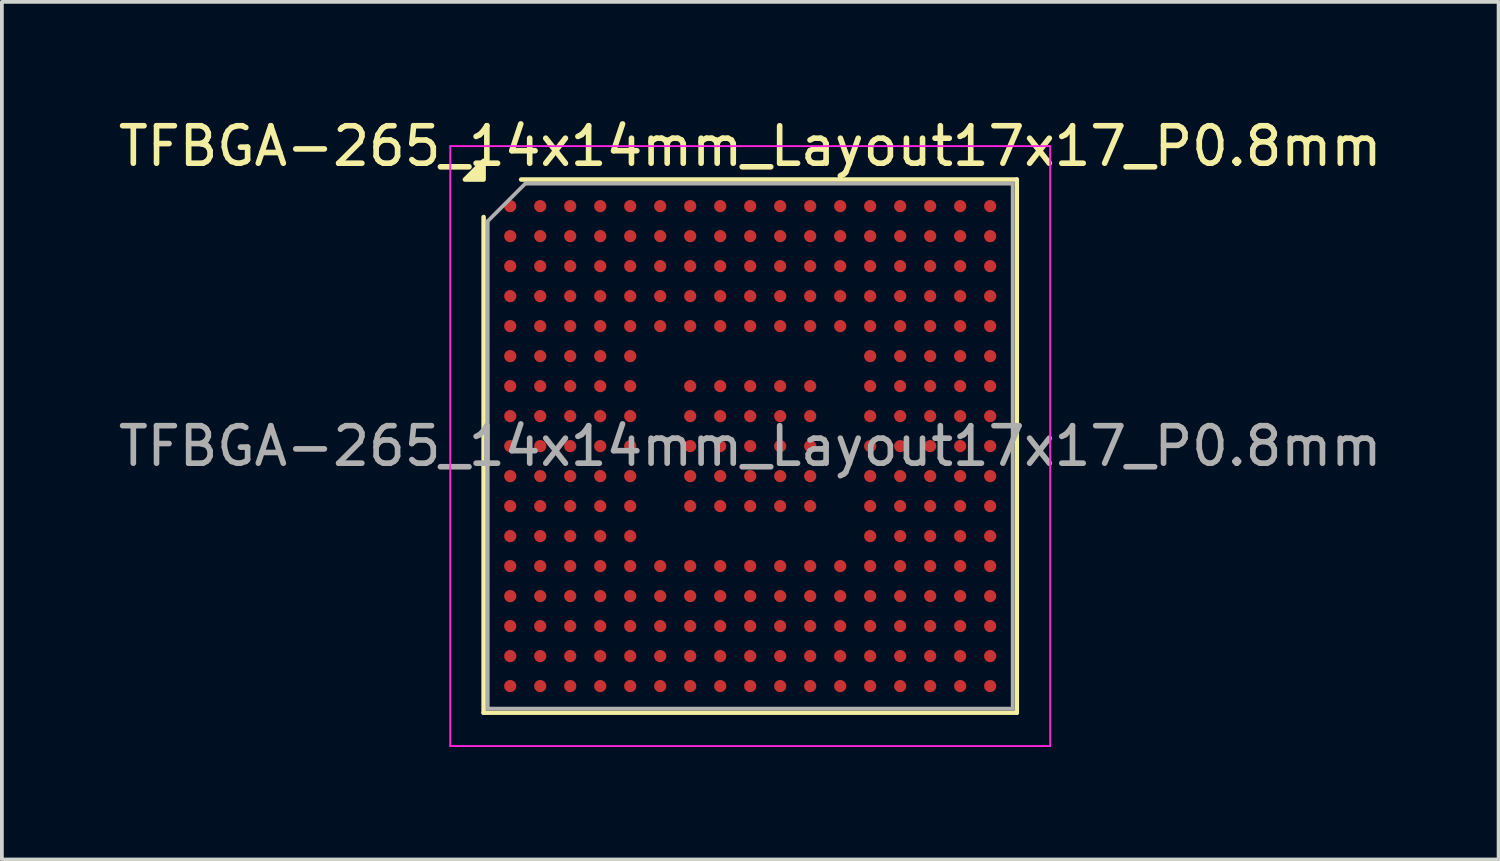
<source format=kicad_pcb>
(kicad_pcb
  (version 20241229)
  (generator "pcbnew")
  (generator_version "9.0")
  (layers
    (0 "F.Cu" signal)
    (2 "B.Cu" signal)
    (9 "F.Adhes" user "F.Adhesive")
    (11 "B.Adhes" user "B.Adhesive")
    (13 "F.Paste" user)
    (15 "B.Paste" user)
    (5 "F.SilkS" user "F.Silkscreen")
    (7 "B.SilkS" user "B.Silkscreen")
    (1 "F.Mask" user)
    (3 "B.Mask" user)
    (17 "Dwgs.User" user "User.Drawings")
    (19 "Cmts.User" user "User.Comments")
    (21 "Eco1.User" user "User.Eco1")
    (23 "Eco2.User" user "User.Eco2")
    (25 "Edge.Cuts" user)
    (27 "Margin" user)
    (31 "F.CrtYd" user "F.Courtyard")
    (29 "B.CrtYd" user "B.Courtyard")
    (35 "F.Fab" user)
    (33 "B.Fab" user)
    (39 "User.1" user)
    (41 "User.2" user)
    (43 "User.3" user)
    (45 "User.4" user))
  (footprint "TFBGA-265_14x14mm_Layout17x17_P0.8mm"
    (layer "F.Cu")
    (at 16.958 8.848)
    (property "Reference" "TFBGA-265_14x14mm_Layout17x17_P0.8mm" (at 0 -8 0) (layer "F.SilkS") (effects (font (size 1 1) (thickness 0.15))))
    (attr smd)
    (fp_line (start -7.11 7.11) (end -7.11 -6.11) (stroke (width 0.12) (type solid)) (layer "F.SilkS"))
    (fp_line (start -6.11 -7.11) (end 7.11 -7.11) (stroke (width 0.12) (type solid)) (layer "F.SilkS"))
    (fp_line (start 7.11 -7.11) (end 7.11 7.11) (stroke (width 0.12) (type solid)) (layer "F.SilkS"))
    (fp_line (start 7.11 7.11) (end -7.11 7.11) (stroke (width 0.12) (type solid)) (layer "F.SilkS"))
    (fp_poly (pts (xy -7.11 -7.11) (xy -7.61 -7.11) (xy -7.11 -7.61) (xy -7.11 -7.11)) (stroke (width 0.12) (type solid)) (fill yes) (layer "F.SilkS"))
    (fp_line (start -8 -8) (end -8 8) (stroke (width 0.05) (type solid)) (layer "F.CrtYd"))
    (fp_line (start -8 8) (end 8 8) (stroke (width 0.05) (type solid)) (layer "F.CrtYd"))
    (fp_line (start 8 -8) (end -8 -8) (stroke (width 0.05) (type solid)) (layer "F.CrtYd"))
    (fp_line (start 8 8) (end 8 -8) (stroke (width 0.05) (type solid)) (layer "F.CrtYd"))
    (fp_line (start -7 -6) (end -6 -7) (stroke (width 0.1) (type solid)) (layer "F.Fab"))
    (fp_line (start -7 7) (end -7 -6) (stroke (width 0.1) (type solid)) (layer "F.Fab"))
    (fp_line (start -6 -7) (end 7 -7) (stroke (width 0.1) (type solid)) (layer "F.Fab"))
    (fp_line (start 7 -7) (end 7 7) (stroke (width 0.1) (type solid)) (layer "F.Fab"))
    (fp_line (start 7 7) (end -7 7) (stroke (width 0.1) (type solid)) (layer "F.Fab"))
    (fp_text user "${REFERENCE}" (at 0 0 0) (layer "F.Fab") (effects (font (size 1 1) (thickness 0.15))))
    (pad "A1" smd circle (at -6.4 -6.4) (size 0.325 0.325) (property pad_prop_bga) (layers "F.Cu" "F.Mask" "F.Paste"))
    (pad "A2" smd circle (at -5.6 -6.4) (size 0.325 0.325) (property pad_prop_bga) (layers "F.Cu" "F.Mask" "F.Paste"))
    (pad "A3" smd circle (at -4.8 -6.4) (size 0.325 0.325) (property pad_prop_bga) (layers "F.Cu" "F.Mask" "F.Paste"))
    (pad "A4" smd circle (at -4 -6.4) (size 0.325 0.325) (property pad_prop_bga) (layers "F.Cu" "F.Mask" "F.Paste"))
    (pad "A5" smd circle (at -3.2 -6.4) (size 0.325 0.325) (property pad_prop_bga) (layers "F.Cu" "F.Mask" "F.Paste"))
    (pad "A6" smd circle (at -2.4 -6.4) (size 0.325 0.325) (property pad_prop_bga) (layers "F.Cu" "F.Mask" "F.Paste"))
    (pad "A7" smd circle (at -1.6 -6.4) (size 0.325 0.325) (property pad_prop_bga) (layers "F.Cu" "F.Mask" "F.Paste"))
    (pad "A8" smd circle (at -0.8 -6.4) (size 0.325 0.325) (property pad_prop_bga) (layers "F.Cu" "F.Mask" "F.Paste"))
    (pad "A9" smd circle (at 0 -6.4) (size 0.325 0.325) (property pad_prop_bga) (layers "F.Cu" "F.Mask" "F.Paste"))
    (pad "A10" smd circle (at 0.8 -6.4) (size 0.325 0.325) (property pad_prop_bga) (layers "F.Cu" "F.Mask" "F.Paste"))
    (pad "A11" smd circle (at 1.6 -6.4) (size 0.325 0.325) (property pad_prop_bga) (layers "F.Cu" "F.Mask" "F.Paste"))
    (pad "A12" smd circle (at 2.4 -6.4) (size 0.325 0.325) (property pad_prop_bga) (layers "F.Cu" "F.Mask" "F.Paste"))
    (pad "A13" smd circle (at 3.2 -6.4) (size 0.325 0.325) (property pad_prop_bga) (layers "F.Cu" "F.Mask" "F.Paste"))
    (pad "A14" smd circle (at 4 -6.4) (size 0.325 0.325) (property pad_prop_bga) (layers "F.Cu" "F.Mask" "F.Paste"))
    (pad "A15" smd circle (at 4.8 -6.4) (size 0.325 0.325) (property pad_prop_bga) (layers "F.Cu" "F.Mask" "F.Paste"))
    (pad "A16" smd circle (at 5.6 -6.4) (size 0.325 0.325) (property pad_prop_bga) (layers "F.Cu" "F.Mask" "F.Paste"))
    (pad "A17" smd circle (at 6.4 -6.4) (size 0.325 0.325) (property pad_prop_bga) (layers "F.Cu" "F.Mask" "F.Paste"))
    (pad "B1" smd circle (at -6.4 -5.6) (size 0.325 0.325) (property pad_prop_bga) (layers "F.Cu" "F.Mask" "F.Paste"))
    (pad "B2" smd circle (at -5.6 -5.6) (size 0.325 0.325) (property pad_prop_bga) (layers "F.Cu" "F.Mask" "F.Paste"))
    (pad "B3" smd circle (at -4.8 -5.6) (size 0.325 0.325) (property pad_prop_bga) (layers "F.Cu" "F.Mask" "F.Paste"))
    (pad "B4" smd circle (at -4 -5.6) (size 0.325 0.325) (property pad_prop_bga) (layers "F.Cu" "F.Mask" "F.Paste"))
    (pad "B5" smd circle (at -3.2 -5.6) (size 0.325 0.325) (property pad_prop_bga) (layers "F.Cu" "F.Mask" "F.Paste"))
    (pad "B6" smd circle (at -2.4 -5.6) (size 0.325 0.325) (property pad_prop_bga) (layers "F.Cu" "F.Mask" "F.Paste"))
    (pad "B7" smd circle (at -1.6 -5.6) (size 0.325 0.325) (property pad_prop_bga) (layers "F.Cu" "F.Mask" "F.Paste"))
    (pad "B8" smd circle (at -0.8 -5.6) (size 0.325 0.325) (property pad_prop_bga) (layers "F.Cu" "F.Mask" "F.Paste"))
    (pad "B9" smd circle (at 0 -5.6) (size 0.325 0.325) (property pad_prop_bga) (layers "F.Cu" "F.Mask" "F.Paste"))
    (pad "B10" smd circle (at 0.8 -5.6) (size 0.325 0.325) (property pad_prop_bga) (layers "F.Cu" "F.Mask" "F.Paste"))
    (pad "B11" smd circle (at 1.6 -5.6) (size 0.325 0.325) (property pad_prop_bga) (layers "F.Cu" "F.Mask" "F.Paste"))
    (pad "B12" smd circle (at 2.4 -5.6) (size 0.325 0.325) (property pad_prop_bga) (layers "F.Cu" "F.Mask" "F.Paste"))
    (pad "B13" smd circle (at 3.2 -5.6) (size 0.325 0.325) (property pad_prop_bga) (layers "F.Cu" "F.Mask" "F.Paste"))
    (pad "B14" smd circle (at 4 -5.6) (size 0.325 0.325) (property pad_prop_bga) (layers "F.Cu" "F.Mask" "F.Paste"))
    (pad "B15" smd circle (at 4.8 -5.6) (size 0.325 0.325) (property pad_prop_bga) (layers "F.Cu" "F.Mask" "F.Paste"))
    (pad "B16" smd circle (at 5.6 -5.6) (size 0.325 0.325) (property pad_prop_bga) (layers "F.Cu" "F.Mask" "F.Paste"))
    (pad "B17" smd circle (at 6.4 -5.6) (size 0.325 0.325) (property pad_prop_bga) (layers "F.Cu" "F.Mask" "F.Paste"))
    (pad "C1" smd circle (at -6.4 -4.8) (size 0.325 0.325) (property pad_prop_bga) (layers "F.Cu" "F.Mask" "F.Paste"))
    (pad "C2" smd circle (at -5.6 -4.8) (size 0.325 0.325) (property pad_prop_bga) (layers "F.Cu" "F.Mask" "F.Paste"))
    (pad "C3" smd circle (at -4.8 -4.8) (size 0.325 0.325) (property pad_prop_bga) (layers "F.Cu" "F.Mask" "F.Paste"))
    (pad "C4" smd circle (at -4 -4.8) (size 0.325 0.325) (property pad_prop_bga) (layers "F.Cu" "F.Mask" "F.Paste"))
    (pad "C5" smd circle (at -3.2 -4.8) (size 0.325 0.325) (property pad_prop_bga) (layers "F.Cu" "F.Mask" "F.Paste"))
    (pad "C6" smd circle (at -2.4 -4.8) (size 0.325 0.325) (property pad_prop_bga) (layers "F.Cu" "F.Mask" "F.Paste"))
    (pad "C7" smd circle (at -1.6 -4.8) (size 0.325 0.325) (property pad_prop_bga) (layers "F.Cu" "F.Mask" "F.Paste"))
    (pad "C8" smd circle (at -0.8 -4.8) (size 0.325 0.325) (property pad_prop_bga) (layers "F.Cu" "F.Mask" "F.Paste"))
    (pad "C9" smd circle (at 0 -4.8) (size 0.325 0.325) (property pad_prop_bga) (layers "F.Cu" "F.Mask" "F.Paste"))
    (pad "C10" smd circle (at 0.8 -4.8) (size 0.325 0.325) (property pad_prop_bga) (layers "F.Cu" "F.Mask" "F.Paste"))
    (pad "C11" smd circle (at 1.6 -4.8) (size 0.325 0.325) (property pad_prop_bga) (layers "F.Cu" "F.Mask" "F.Paste"))
    (pad "C12" smd circle (at 2.4 -4.8) (size 0.325 0.325) (property pad_prop_bga) (layers "F.Cu" "F.Mask" "F.Paste"))
    (pad "C13" smd circle (at 3.2 -4.8) (size 0.325 0.325) (property pad_prop_bga) (layers "F.Cu" "F.Mask" "F.Paste"))
    (pad "C14" smd circle (at 4 -4.8) (size 0.325 0.325) (property pad_prop_bga) (layers "F.Cu" "F.Mask" "F.Paste"))
    (pad "C15" smd circle (at 4.8 -4.8) (size 0.325 0.325) (property pad_prop_bga) (layers "F.Cu" "F.Mask" "F.Paste"))
    (pad "C16" smd circle (at 5.6 -4.8) (size 0.325 0.325) (property pad_prop_bga) (layers "F.Cu" "F.Mask" "F.Paste"))
    (pad "C17" smd circle (at 6.4 -4.8) (size 0.325 0.325) (property pad_prop_bga) (layers "F.Cu" "F.Mask" "F.Paste"))
    (pad "D1" smd circle (at -6.4 -4) (size 0.325 0.325) (property pad_prop_bga) (layers "F.Cu" "F.Mask" "F.Paste"))
    (pad "D2" smd circle (at -5.6 -4) (size 0.325 0.325) (property pad_prop_bga) (layers "F.Cu" "F.Mask" "F.Paste"))
    (pad "D3" smd circle (at -4.8 -4) (size 0.325 0.325) (property pad_prop_bga) (layers "F.Cu" "F.Mask" "F.Paste"))
    (pad "D4" smd circle (at -4 -4) (size 0.325 0.325) (property pad_prop_bga) (layers "F.Cu" "F.Mask" "F.Paste"))
    (pad "D5" smd circle (at -3.2 -4) (size 0.325 0.325) (property pad_prop_bga) (layers "F.Cu" "F.Mask" "F.Paste"))
    (pad "D6" smd circle (at -2.4 -4) (size 0.325 0.325) (property pad_prop_bga) (layers "F.Cu" "F.Mask" "F.Paste"))
    (pad "D7" smd circle (at -1.6 -4) (size 0.325 0.325) (property pad_prop_bga) (layers "F.Cu" "F.Mask" "F.Paste"))
    (pad "D8" smd circle (at -0.8 -4) (size 0.325 0.325) (property pad_prop_bga) (layers "F.Cu" "F.Mask" "F.Paste"))
    (pad "D9" smd circle (at 0 -4) (size 0.325 0.325) (property pad_prop_bga) (layers "F.Cu" "F.Mask" "F.Paste"))
    (pad "D10" smd circle (at 0.8 -4) (size 0.325 0.325) (property pad_prop_bga) (layers "F.Cu" "F.Mask" "F.Paste"))
    (pad "D11" smd circle (at 1.6 -4) (size 0.325 0.325) (property pad_prop_bga) (layers "F.Cu" "F.Mask" "F.Paste"))
    (pad "D12" smd circle (at 2.4 -4) (size 0.325 0.325) (property pad_prop_bga) (layers "F.Cu" "F.Mask" "F.Paste"))
    (pad "D13" smd circle (at 3.2 -4) (size 0.325 0.325) (property pad_prop_bga) (layers "F.Cu" "F.Mask" "F.Paste"))
    (pad "D14" smd circle (at 4 -4) (size 0.325 0.325) (property pad_prop_bga) (layers "F.Cu" "F.Mask" "F.Paste"))
    (pad "D15" smd circle (at 4.8 -4) (size 0.325 0.325) (property pad_prop_bga) (layers "F.Cu" "F.Mask" "F.Paste"))
    (pad "D16" smd circle (at 5.6 -4) (size 0.325 0.325) (property pad_prop_bga) (layers "F.Cu" "F.Mask" "F.Paste"))
    (pad "D17" smd circle (at 6.4 -4) (size 0.325 0.325) (property pad_prop_bga) (layers "F.Cu" "F.Mask" "F.Paste"))
    (pad "E1" smd circle (at -6.4 -3.2) (size 0.325 0.325) (property pad_prop_bga) (layers "F.Cu" "F.Mask" "F.Paste"))
    (pad "E2" smd circle (at -5.6 -3.2) (size 0.325 0.325) (property pad_prop_bga) (layers "F.Cu" "F.Mask" "F.Paste"))
    (pad "E3" smd circle (at -4.8 -3.2) (size 0.325 0.325) (property pad_prop_bga) (layers "F.Cu" "F.Mask" "F.Paste"))
    (pad "E4" smd circle (at -4 -3.2) (size 0.325 0.325) (property pad_prop_bga) (layers "F.Cu" "F.Mask" "F.Paste"))
    (pad "E5" smd circle (at -3.2 -3.2) (size 0.325 0.325) (property pad_prop_bga) (layers "F.Cu" "F.Mask" "F.Paste"))
    (pad "E6" smd circle (at -2.4 -3.2) (size 0.325 0.325) (property pad_prop_bga) (layers "F.Cu" "F.Mask" "F.Paste"))
    (pad "E7" smd circle (at -1.6 -3.2) (size 0.325 0.325) (property pad_prop_bga) (layers "F.Cu" "F.Mask" "F.Paste"))
    (pad "E8" smd circle (at -0.8 -3.2) (size 0.325 0.325) (property pad_prop_bga) (layers "F.Cu" "F.Mask" "F.Paste"))
    (pad "E9" smd circle (at 0 -3.2) (size 0.325 0.325) (property pad_prop_bga) (layers "F.Cu" "F.Mask" "F.Paste"))
    (pad "E10" smd circle (at 0.8 -3.2) (size 0.325 0.325) (property pad_prop_bga) (layers "F.Cu" "F.Mask" "F.Paste"))
    (pad "E11" smd circle (at 1.6 -3.2) (size 0.325 0.325) (property pad_prop_bga) (layers "F.Cu" "F.Mask" "F.Paste"))
    (pad "E12" smd circle (at 2.4 -3.2) (size 0.325 0.325) (property pad_prop_bga) (layers "F.Cu" "F.Mask" "F.Paste"))
    (pad "E13" smd circle (at 3.2 -3.2) (size 0.325 0.325) (property pad_prop_bga) (layers "F.Cu" "F.Mask" "F.Paste"))
    (pad "E14" smd circle (at 4 -3.2) (size 0.325 0.325) (property pad_prop_bga) (layers "F.Cu" "F.Mask" "F.Paste"))
    (pad "E15" smd circle (at 4.8 -3.2) (size 0.325 0.325) (property pad_prop_bga) (layers "F.Cu" "F.Mask" "F.Paste"))
    (pad "E16" smd circle (at 5.6 -3.2) (size 0.325 0.325) (property pad_prop_bga) (layers "F.Cu" "F.Mask" "F.Paste"))
    (pad "E17" smd circle (at 6.4 -3.2) (size 0.325 0.325) (property pad_prop_bga) (layers "F.Cu" "F.Mask" "F.Paste"))
    (pad "F1" smd circle (at -6.4 -2.4) (size 0.325 0.325) (property pad_prop_bga) (layers "F.Cu" "F.Mask" "F.Paste"))
    (pad "F2" smd circle (at -5.6 -2.4) (size 0.325 0.325) (property pad_prop_bga) (layers "F.Cu" "F.Mask" "F.Paste"))
    (pad "F3" smd circle (at -4.8 -2.4) (size 0.325 0.325) (property pad_prop_bga) (layers "F.Cu" "F.Mask" "F.Paste"))
    (pad "F4" smd circle (at -4 -2.4) (size 0.325 0.325) (property pad_prop_bga) (layers "F.Cu" "F.Mask" "F.Paste"))
    (pad "F5" smd circle (at -3.2 -2.4) (size 0.325 0.325) (property pad_prop_bga) (layers "F.Cu" "F.Mask" "F.Paste"))
    (pad "F13" smd circle (at 3.2 -2.4) (size 0.325 0.325) (property pad_prop_bga) (layers "F.Cu" "F.Mask" "F.Paste"))
    (pad "F14" smd circle (at 4 -2.4) (size 0.325 0.325) (property pad_prop_bga) (layers "F.Cu" "F.Mask" "F.Paste"))
    (pad "F15" smd circle (at 4.8 -2.4) (size 0.325 0.325) (property pad_prop_bga) (layers "F.Cu" "F.Mask" "F.Paste"))
    (pad "F16" smd circle (at 5.6 -2.4) (size 0.325 0.325) (property pad_prop_bga) (layers "F.Cu" "F.Mask" "F.Paste"))
    (pad "F17" smd circle (at 6.4 -2.4) (size 0.325 0.325) (property pad_prop_bga) (layers "F.Cu" "F.Mask" "F.Paste"))
    (pad "G1" smd circle (at -6.4 -1.6) (size 0.325 0.325) (property pad_prop_bga) (layers "F.Cu" "F.Mask" "F.Paste"))
    (pad "G2" smd circle (at -5.6 -1.6) (size 0.325 0.325) (property pad_prop_bga) (layers "F.Cu" "F.Mask" "F.Paste"))
    (pad "G3" smd circle (at -4.8 -1.6) (size 0.325 0.325) (property pad_prop_bga) (layers "F.Cu" "F.Mask" "F.Paste"))
    (pad "G4" smd circle (at -4 -1.6) (size 0.325 0.325) (property pad_prop_bga) (layers "F.Cu" "F.Mask" "F.Paste"))
    (pad "G5" smd circle (at -3.2 -1.6) (size 0.325 0.325) (property pad_prop_bga) (layers "F.Cu" "F.Mask" "F.Paste"))
    (pad "G7" smd circle (at -1.6 -1.6) (size 0.325 0.325) (property pad_prop_bga) (layers "F.Cu" "F.Mask" "F.Paste"))
    (pad "G8" smd circle (at -0.8 -1.6) (size 0.325 0.325) (property pad_prop_bga) (layers "F.Cu" "F.Mask" "F.Paste"))
    (pad "G9" smd circle (at 0 -1.6) (size 0.325 0.325) (property pad_prop_bga) (layers "F.Cu" "F.Mask" "F.Paste"))
    (pad "G10" smd circle (at 0.8 -1.6) (size 0.325 0.325) (property pad_prop_bga) (layers "F.Cu" "F.Mask" "F.Paste"))
    (pad "G11" smd circle (at 1.6 -1.6) (size 0.325 0.325) (property pad_prop_bga) (layers "F.Cu" "F.Mask" "F.Paste"))
    (pad "G13" smd circle (at 3.2 -1.6) (size 0.325 0.325) (property pad_prop_bga) (layers "F.Cu" "F.Mask" "F.Paste"))
    (pad "G14" smd circle (at 4 -1.6) (size 0.325 0.325) (property pad_prop_bga) (layers "F.Cu" "F.Mask" "F.Paste"))
    (pad "G15" smd circle (at 4.8 -1.6) (size 0.325 0.325) (property pad_prop_bga) (layers "F.Cu" "F.Mask" "F.Paste"))
    (pad "G16" smd circle (at 5.6 -1.6) (size 0.325 0.325) (property pad_prop_bga) (layers "F.Cu" "F.Mask" "F.Paste"))
    (pad "G17" smd circle (at 6.4 -1.6) (size 0.325 0.325) (property pad_prop_bga) (layers "F.Cu" "F.Mask" "F.Paste"))
    (pad "H1" smd circle (at -6.4 -0.8) (size 0.325 0.325) (property pad_prop_bga) (layers "F.Cu" "F.Mask" "F.Paste"))
    (pad "H2" smd circle (at -5.6 -0.8) (size 0.325 0.325) (property pad_prop_bga) (layers "F.Cu" "F.Mask" "F.Paste"))
    (pad "H3" smd circle (at -4.8 -0.8) (size 0.325 0.325) (property pad_prop_bga) (layers "F.Cu" "F.Mask" "F.Paste"))
    (pad "H4" smd circle (at -4 -0.8) (size 0.325 0.325) (property pad_prop_bga) (layers "F.Cu" "F.Mask" "F.Paste"))
    (pad "H5" smd circle (at -3.2 -0.8) (size 0.325 0.325) (property pad_prop_bga) (layers "F.Cu" "F.Mask" "F.Paste"))
    (pad "H7" smd circle (at -1.6 -0.8) (size 0.325 0.325) (property pad_prop_bga) (layers "F.Cu" "F.Mask" "F.Paste"))
    (pad "H8" smd circle (at -0.8 -0.8) (size 0.325 0.325) (property pad_prop_bga) (layers "F.Cu" "F.Mask" "F.Paste"))
    (pad "H9" smd circle (at 0 -0.8) (size 0.325 0.325) (property pad_prop_bga) (layers "F.Cu" "F.Mask" "F.Paste"))
    (pad "H10" smd circle (at 0.8 -0.8) (size 0.325 0.325) (property pad_prop_bga) (layers "F.Cu" "F.Mask" "F.Paste"))
    (pad "H11" smd circle (at 1.6 -0.8) (size 0.325 0.325) (property pad_prop_bga) (layers "F.Cu" "F.Mask" "F.Paste"))
    (pad "H13" smd circle (at 3.2 -0.8) (size 0.325 0.325) (property pad_prop_bga) (layers "F.Cu" "F.Mask" "F.Paste"))
    (pad "H14" smd circle (at 4 -0.8) (size 0.325 0.325) (property pad_prop_bga) (layers "F.Cu" "F.Mask" "F.Paste"))
    (pad "H15" smd circle (at 4.8 -0.8) (size 0.325 0.325) (property pad_prop_bga) (layers "F.Cu" "F.Mask" "F.Paste"))
    (pad "H16" smd circle (at 5.6 -0.8) (size 0.325 0.325) (property pad_prop_bga) (layers "F.Cu" "F.Mask" "F.Paste"))
    (pad "H17" smd circle (at 6.4 -0.8) (size 0.325 0.325) (property pad_prop_bga) (layers "F.Cu" "F.Mask" "F.Paste"))
    (pad "J1" smd circle (at -6.4 0) (size 0.325 0.325) (property pad_prop_bga) (layers "F.Cu" "F.Mask" "F.Paste"))
    (pad "J2" smd circle (at -5.6 0) (size 0.325 0.325) (property pad_prop_bga) (layers "F.Cu" "F.Mask" "F.Paste"))
    (pad "J3" smd circle (at -4.8 0) (size 0.325 0.325) (property pad_prop_bga) (layers "F.Cu" "F.Mask" "F.Paste"))
    (pad "J4" smd circle (at -4 0) (size 0.325 0.325) (property pad_prop_bga) (layers "F.Cu" "F.Mask" "F.Paste"))
    (pad "J5" smd circle (at -3.2 0) (size 0.325 0.325) (property pad_prop_bga) (layers "F.Cu" "F.Mask" "F.Paste"))
    (pad "J7" smd circle (at -1.6 0) (size 0.325 0.325) (property pad_prop_bga) (layers "F.Cu" "F.Mask" "F.Paste"))
    (pad "J8" smd circle (at -0.8 0) (size 0.325 0.325) (property pad_prop_bga) (layers "F.Cu" "F.Mask" "F.Paste"))
    (pad "J9" smd circle (at 0 0) (size 0.325 0.325) (property pad_prop_bga) (layers "F.Cu" "F.Mask" "F.Paste"))
    (pad "J10" smd circle (at 0.8 0) (size 0.325 0.325) (property pad_prop_bga) (layers "F.Cu" "F.Mask" "F.Paste"))
    (pad "J11" smd circle (at 1.6 0) (size 0.325 0.325) (property pad_prop_bga) (layers "F.Cu" "F.Mask" "F.Paste"))
    (pad "J13" smd circle (at 3.2 0) (size 0.325 0.325) (property pad_prop_bga) (layers "F.Cu" "F.Mask" "F.Paste"))
    (pad "J14" smd circle (at 4 0) (size 0.325 0.325) (property pad_prop_bga) (layers "F.Cu" "F.Mask" "F.Paste"))
    (pad "J15" smd circle (at 4.8 0) (size 0.325 0.325) (property pad_prop_bga) (layers "F.Cu" "F.Mask" "F.Paste"))
    (pad "J16" smd circle (at 5.6 0) (size 0.325 0.325) (property pad_prop_bga) (layers "F.Cu" "F.Mask" "F.Paste"))
    (pad "J17" smd circle (at 6.4 0) (size 0.325 0.325) (property pad_prop_bga) (layers "F.Cu" "F.Mask" "F.Paste"))
    (pad "K1" smd circle (at -6.4 0.8) (size 0.325 0.325) (property pad_prop_bga) (layers "F.Cu" "F.Mask" "F.Paste"))
    (pad "K2" smd circle (at -5.6 0.8) (size 0.325 0.325) (property pad_prop_bga) (layers "F.Cu" "F.Mask" "F.Paste"))
    (pad "K3" smd circle (at -4.8 0.8) (size 0.325 0.325) (property pad_prop_bga) (layers "F.Cu" "F.Mask" "F.Paste"))
    (pad "K4" smd circle (at -4 0.8) (size 0.325 0.325) (property pad_prop_bga) (layers "F.Cu" "F.Mask" "F.Paste"))
    (pad "K5" smd circle (at -3.2 0.8) (size 0.325 0.325) (property pad_prop_bga) (layers "F.Cu" "F.Mask" "F.Paste"))
    (pad "K7" smd circle (at -1.6 0.8) (size 0.325 0.325) (property pad_prop_bga) (layers "F.Cu" "F.Mask" "F.Paste"))
    (pad "K8" smd circle (at -0.8 0.8) (size 0.325 0.325) (property pad_prop_bga) (layers "F.Cu" "F.Mask" "F.Paste"))
    (pad "K9" smd circle (at 0 0.8) (size 0.325 0.325) (property pad_prop_bga) (layers "F.Cu" "F.Mask" "F.Paste"))
    (pad "K10" smd circle (at 0.8 0.8) (size 0.325 0.325) (property pad_prop_bga) (layers "F.Cu" "F.Mask" "F.Paste"))
    (pad "K11" smd circle (at 1.6 0.8) (size 0.325 0.325) (property pad_prop_bga) (layers "F.Cu" "F.Mask" "F.Paste"))
    (pad "K13" smd circle (at 3.2 0.8) (size 0.325 0.325) (property pad_prop_bga) (layers "F.Cu" "F.Mask" "F.Paste"))
    (pad "K14" smd circle (at 4 0.8) (size 0.325 0.325) (property pad_prop_bga) (layers "F.Cu" "F.Mask" "F.Paste"))
    (pad "K15" smd circle (at 4.8 0.8) (size 0.325 0.325) (property pad_prop_bga) (layers "F.Cu" "F.Mask" "F.Paste"))
    (pad "K16" smd circle (at 5.6 0.8) (size 0.325 0.325) (property pad_prop_bga) (layers "F.Cu" "F.Mask" "F.Paste"))
    (pad "K17" smd circle (at 6.4 0.8) (size 0.325 0.325) (property pad_prop_bga) (layers "F.Cu" "F.Mask" "F.Paste"))
    (pad "L1" smd circle (at -6.4 1.6) (size 0.325 0.325) (property pad_prop_bga) (layers "F.Cu" "F.Mask" "F.Paste"))
    (pad "L2" smd circle (at -5.6 1.6) (size 0.325 0.325) (property pad_prop_bga) (layers "F.Cu" "F.Mask" "F.Paste"))
    (pad "L3" smd circle (at -4.8 1.6) (size 0.325 0.325) (property pad_prop_bga) (layers "F.Cu" "F.Mask" "F.Paste"))
    (pad "L4" smd circle (at -4 1.6) (size 0.325 0.325) (property pad_prop_bga) (layers "F.Cu" "F.Mask" "F.Paste"))
    (pad "L5" smd circle (at -3.2 1.6) (size 0.325 0.325) (property pad_prop_bga) (layers "F.Cu" "F.Mask" "F.Paste"))
    (pad "L7" smd circle (at -1.6 1.6) (size 0.325 0.325) (property pad_prop_bga) (layers "F.Cu" "F.Mask" "F.Paste"))
    (pad "L8" smd circle (at -0.8 1.6) (size 0.325 0.325) (property pad_prop_bga) (layers "F.Cu" "F.Mask" "F.Paste"))
    (pad "L9" smd circle (at 0 1.6) (size 0.325 0.325) (property pad_prop_bga) (layers "F.Cu" "F.Mask" "F.Paste"))
    (pad "L10" smd circle (at 0.8 1.6) (size 0.325 0.325) (property pad_prop_bga) (layers "F.Cu" "F.Mask" "F.Paste"))
    (pad "L11" smd circle (at 1.6 1.6) (size 0.325 0.325) (property pad_prop_bga) (layers "F.Cu" "F.Mask" "F.Paste"))
    (pad "L13" smd circle (at 3.2 1.6) (size 0.325 0.325) (property pad_prop_bga) (layers "F.Cu" "F.Mask" "F.Paste"))
    (pad "L14" smd circle (at 4 1.6) (size 0.325 0.325) (property pad_prop_bga) (layers "F.Cu" "F.Mask" "F.Paste"))
    (pad "L15" smd circle (at 4.8 1.6) (size 0.325 0.325) (property pad_prop_bga) (layers "F.Cu" "F.Mask" "F.Paste"))
    (pad "L16" smd circle (at 5.6 1.6) (size 0.325 0.325) (property pad_prop_bga) (layers "F.Cu" "F.Mask" "F.Paste"))
    (pad "L17" smd circle (at 6.4 1.6) (size 0.325 0.325) (property pad_prop_bga) (layers "F.Cu" "F.Mask" "F.Paste"))
    (pad "M1" smd circle (at -6.4 2.4) (size 0.325 0.325) (property pad_prop_bga) (layers "F.Cu" "F.Mask" "F.Paste"))
    (pad "M2" smd circle (at -5.6 2.4) (size 0.325 0.325) (property pad_prop_bga) (layers "F.Cu" "F.Mask" "F.Paste"))
    (pad "M3" smd circle (at -4.8 2.4) (size 0.325 0.325) (property pad_prop_bga) (layers "F.Cu" "F.Mask" "F.Paste"))
    (pad "M4" smd circle (at -4 2.4) (size 0.325 0.325) (property pad_prop_bga) (layers "F.Cu" "F.Mask" "F.Paste"))
    (pad "M5" smd circle (at -3.2 2.4) (size 0.325 0.325) (property pad_prop_bga) (layers "F.Cu" "F.Mask" "F.Paste"))
    (pad "M13" smd circle (at 3.2 2.4) (size 0.325 0.325) (property pad_prop_bga) (layers "F.Cu" "F.Mask" "F.Paste"))
    (pad "M14" smd circle (at 4 2.4) (size 0.325 0.325) (property pad_prop_bga) (layers "F.Cu" "F.Mask" "F.Paste"))
    (pad "M15" smd circle (at 4.8 2.4) (size 0.325 0.325) (property pad_prop_bga) (layers "F.Cu" "F.Mask" "F.Paste"))
    (pad "M16" smd circle (at 5.6 2.4) (size 0.325 0.325) (property pad_prop_bga) (layers "F.Cu" "F.Mask" "F.Paste"))
    (pad "M17" smd circle (at 6.4 2.4) (size 0.325 0.325) (property pad_prop_bga) (layers "F.Cu" "F.Mask" "F.Paste"))
    (pad "N1" smd circle (at -6.4 3.2) (size 0.325 0.325) (property pad_prop_bga) (layers "F.Cu" "F.Mask" "F.Paste"))
    (pad "N2" smd circle (at -5.6 3.2) (size 0.325 0.325) (property pad_prop_bga) (layers "F.Cu" "F.Mask" "F.Paste"))
    (pad "N3" smd circle (at -4.8 3.2) (size 0.325 0.325) (property pad_prop_bga) (layers "F.Cu" "F.Mask" "F.Paste"))
    (pad "N4" smd circle (at -4 3.2) (size 0.325 0.325) (property pad_prop_bga) (layers "F.Cu" "F.Mask" "F.Paste"))
    (pad "N5" smd circle (at -3.2 3.2) (size 0.325 0.325) (property pad_prop_bga) (layers "F.Cu" "F.Mask" "F.Paste"))
    (pad "N6" smd circle (at -2.4 3.2) (size 0.325 0.325) (property pad_prop_bga) (layers "F.Cu" "F.Mask" "F.Paste"))
    (pad "N7" smd circle (at -1.6 3.2) (size 0.325 0.325) (property pad_prop_bga) (layers "F.Cu" "F.Mask" "F.Paste"))
    (pad "N8" smd circle (at -0.8 3.2) (size 0.325 0.325) (property pad_prop_bga) (layers "F.Cu" "F.Mask" "F.Paste"))
    (pad "N9" smd circle (at 0 3.2) (size 0.325 0.325) (property pad_prop_bga) (layers "F.Cu" "F.Mask" "F.Paste"))
    (pad "N10" smd circle (at 0.8 3.2) (size 0.325 0.325) (property pad_prop_bga) (layers "F.Cu" "F.Mask" "F.Paste"))
    (pad "N11" smd circle (at 1.6 3.2) (size 0.325 0.325) (property pad_prop_bga) (layers "F.Cu" "F.Mask" "F.Paste"))
    (pad "N12" smd circle (at 2.4 3.2) (size 0.325 0.325) (property pad_prop_bga) (layers "F.Cu" "F.Mask" "F.Paste"))
    (pad "N13" smd circle (at 3.2 3.2) (size 0.325 0.325) (property pad_prop_bga) (layers "F.Cu" "F.Mask" "F.Paste"))
    (pad "N14" smd circle (at 4 3.2) (size 0.325 0.325) (property pad_prop_bga) (layers "F.Cu" "F.Mask" "F.Paste"))
    (pad "N15" smd circle (at 4.8 3.2) (size 0.325 0.325) (property pad_prop_bga) (layers "F.Cu" "F.Mask" "F.Paste"))
    (pad "N16" smd circle (at 5.6 3.2) (size 0.325 0.325) (property pad_prop_bga) (layers "F.Cu" "F.Mask" "F.Paste"))
    (pad "N17" smd circle (at 6.4 3.2) (size 0.325 0.325) (property pad_prop_bga) (layers "F.Cu" "F.Mask" "F.Paste"))
    (pad "P1" smd circle (at -6.4 4) (size 0.325 0.325) (property pad_prop_bga) (layers "F.Cu" "F.Mask" "F.Paste"))
    (pad "P2" smd circle (at -5.6 4) (size 0.325 0.325) (property pad_prop_bga) (layers "F.Cu" "F.Mask" "F.Paste"))
    (pad "P3" smd circle (at -4.8 4) (size 0.325 0.325) (property pad_prop_bga) (layers "F.Cu" "F.Mask" "F.Paste"))
    (pad "P4" smd circle (at -4 4) (size 0.325 0.325) (property pad_prop_bga) (layers "F.Cu" "F.Mask" "F.Paste"))
    (pad "P5" smd circle (at -3.2 4) (size 0.325 0.325) (property pad_prop_bga) (layers "F.Cu" "F.Mask" "F.Paste"))
    (pad "P6" smd circle (at -2.4 4) (size 0.325 0.325) (property pad_prop_bga) (layers "F.Cu" "F.Mask" "F.Paste"))
    (pad "P7" smd circle (at -1.6 4) (size 0.325 0.325) (property pad_prop_bga) (layers "F.Cu" "F.Mask" "F.Paste"))
    (pad "P8" smd circle (at -0.8 4) (size 0.325 0.325) (property pad_prop_bga) (layers "F.Cu" "F.Mask" "F.Paste"))
    (pad "P9" smd circle (at 0 4) (size 0.325 0.325) (property pad_prop_bga) (layers "F.Cu" "F.Mask" "F.Paste"))
    (pad "P10" smd circle (at 0.8 4) (size 0.325 0.325) (property pad_prop_bga) (layers "F.Cu" "F.Mask" "F.Paste"))
    (pad "P11" smd circle (at 1.6 4) (size 0.325 0.325) (property pad_prop_bga) (layers "F.Cu" "F.Mask" "F.Paste"))
    (pad "P12" smd circle (at 2.4 4) (size 0.325 0.325) (property pad_prop_bga) (layers "F.Cu" "F.Mask" "F.Paste"))
    (pad "P13" smd circle (at 3.2 4) (size 0.325 0.325) (property pad_prop_bga) (layers "F.Cu" "F.Mask" "F.Paste"))
    (pad "P14" smd circle (at 4 4) (size 0.325 0.325) (property pad_prop_bga) (layers "F.Cu" "F.Mask" "F.Paste"))
    (pad "P15" smd circle (at 4.8 4) (size 0.325 0.325) (property pad_prop_bga) (layers "F.Cu" "F.Mask" "F.Paste"))
    (pad "P16" smd circle (at 5.6 4) (size 0.325 0.325) (property pad_prop_bga) (layers "F.Cu" "F.Mask" "F.Paste"))
    (pad "P17" smd circle (at 6.4 4) (size 0.325 0.325) (property pad_prop_bga) (layers "F.Cu" "F.Mask" "F.Paste"))
    (pad "R1" smd circle (at -6.4 4.8) (size 0.325 0.325) (property pad_prop_bga) (layers "F.Cu" "F.Mask" "F.Paste"))
    (pad "R2" smd circle (at -5.6 4.8) (size 0.325 0.325) (property pad_prop_bga) (layers "F.Cu" "F.Mask" "F.Paste"))
    (pad "R3" smd circle (at -4.8 4.8) (size 0.325 0.325) (property pad_prop_bga) (layers "F.Cu" "F.Mask" "F.Paste"))
    (pad "R4" smd circle (at -4 4.8) (size 0.325 0.325) (property pad_prop_bga) (layers "F.Cu" "F.Mask" "F.Paste"))
    (pad "R5" smd circle (at -3.2 4.8) (size 0.325 0.325) (property pad_prop_bga) (layers "F.Cu" "F.Mask" "F.Paste"))
    (pad "R6" smd circle (at -2.4 4.8) (size 0.325 0.325) (property pad_prop_bga) (layers "F.Cu" "F.Mask" "F.Paste"))
    (pad "R7" smd circle (at -1.6 4.8) (size 0.325 0.325) (property pad_prop_bga) (layers "F.Cu" "F.Mask" "F.Paste"))
    (pad "R8" smd circle (at -0.8 4.8) (size 0.325 0.325) (property pad_prop_bga) (layers "F.Cu" "F.Mask" "F.Paste"))
    (pad "R9" smd circle (at 0 4.8) (size 0.325 0.325) (property pad_prop_bga) (layers "F.Cu" "F.Mask" "F.Paste"))
    (pad "R10" smd circle (at 0.8 4.8) (size 0.325 0.325) (property pad_prop_bga) (layers "F.Cu" "F.Mask" "F.Paste"))
    (pad "R11" smd circle (at 1.6 4.8) (size 0.325 0.325) (property pad_prop_bga) (layers "F.Cu" "F.Mask" "F.Paste"))
    (pad "R12" smd circle (at 2.4 4.8) (size 0.325 0.325) (property pad_prop_bga) (layers "F.Cu" "F.Mask" "F.Paste"))
    (pad "R13" smd circle (at 3.2 4.8) (size 0.325 0.325) (property pad_prop_bga) (layers "F.Cu" "F.Mask" "F.Paste"))
    (pad "R14" smd circle (at 4 4.8) (size 0.325 0.325) (property pad_prop_bga) (layers "F.Cu" "F.Mask" "F.Paste"))
    (pad "R15" smd circle (at 4.8 4.8) (size 0.325 0.325) (property pad_prop_bga) (layers "F.Cu" "F.Mask" "F.Paste"))
    (pad "R16" smd circle (at 5.6 4.8) (size 0.325 0.325) (property pad_prop_bga) (layers "F.Cu" "F.Mask" "F.Paste"))
    (pad "R17" smd circle (at 6.4 4.8) (size 0.325 0.325) (property pad_prop_bga) (layers "F.Cu" "F.Mask" "F.Paste"))
    (pad "T1" smd circle (at -6.4 5.6) (size 0.325 0.325) (property pad_prop_bga) (layers "F.Cu" "F.Mask" "F.Paste"))
    (pad "T2" smd circle (at -5.6 5.6) (size 0.325 0.325) (property pad_prop_bga) (layers "F.Cu" "F.Mask" "F.Paste"))
    (pad "T3" smd circle (at -4.8 5.6) (size 0.325 0.325) (property pad_prop_bga) (layers "F.Cu" "F.Mask" "F.Paste"))
    (pad "T4" smd circle (at -4 5.6) (size 0.325 0.325) (property pad_prop_bga) (layers "F.Cu" "F.Mask" "F.Paste"))
    (pad "T5" smd circle (at -3.2 5.6) (size 0.325 0.325) (property pad_prop_bga) (layers "F.Cu" "F.Mask" "F.Paste"))
    (pad "T6" smd circle (at -2.4 5.6) (size 0.325 0.325) (property pad_prop_bga) (layers "F.Cu" "F.Mask" "F.Paste"))
    (pad "T7" smd circle (at -1.6 5.6) (size 0.325 0.325) (property pad_prop_bga) (layers "F.Cu" "F.Mask" "F.Paste"))
    (pad "T8" smd circle (at -0.8 5.6) (size 0.325 0.325) (property pad_prop_bga) (layers "F.Cu" "F.Mask" "F.Paste"))
    (pad "T9" smd circle (at 0 5.6) (size 0.325 0.325) (property pad_prop_bga) (layers "F.Cu" "F.Mask" "F.Paste"))
    (pad "T10" smd circle (at 0.8 5.6) (size 0.325 0.325) (property pad_prop_bga) (layers "F.Cu" "F.Mask" "F.Paste"))
    (pad "T11" smd circle (at 1.6 5.6) (size 0.325 0.325) (property pad_prop_bga) (layers "F.Cu" "F.Mask" "F.Paste"))
    (pad "T12" smd circle (at 2.4 5.6) (size 0.325 0.325) (property pad_prop_bga) (layers "F.Cu" "F.Mask" "F.Paste"))
    (pad "T13" smd circle (at 3.2 5.6) (size 0.325 0.325) (property pad_prop_bga) (layers "F.Cu" "F.Mask" "F.Paste"))
    (pad "T14" smd circle (at 4 5.6) (size 0.325 0.325) (property pad_prop_bga) (layers "F.Cu" "F.Mask" "F.Paste"))
    (pad "T15" smd circle (at 4.8 5.6) (size 0.325 0.325) (property pad_prop_bga) (layers "F.Cu" "F.Mask" "F.Paste"))
    (pad "T16" smd circle (at 5.6 5.6) (size 0.325 0.325) (property pad_prop_bga) (layers "F.Cu" "F.Mask" "F.Paste"))
    (pad "T17" smd circle (at 6.4 5.6) (size 0.325 0.325) (property pad_prop_bga) (layers "F.Cu" "F.Mask" "F.Paste"))
    (pad "U1" smd circle (at -6.4 6.4) (size 0.325 0.325) (property pad_prop_bga) (layers "F.Cu" "F.Mask" "F.Paste"))
    (pad "U2" smd circle (at -5.6 6.4) (size 0.325 0.325) (property pad_prop_bga) (layers "F.Cu" "F.Mask" "F.Paste"))
    (pad "U3" smd circle (at -4.8 6.4) (size 0.325 0.325) (property pad_prop_bga) (layers "F.Cu" "F.Mask" "F.Paste"))
    (pad "U4" smd circle (at -4 6.4) (size 0.325 0.325) (property pad_prop_bga) (layers "F.Cu" "F.Mask" "F.Paste"))
    (pad "U5" smd circle (at -3.2 6.4) (size 0.325 0.325) (property pad_prop_bga) (layers "F.Cu" "F.Mask" "F.Paste"))
    (pad "U6" smd circle (at -2.4 6.4) (size 0.325 0.325) (property pad_prop_bga) (layers "F.Cu" "F.Mask" "F.Paste"))
    (pad "U7" smd circle (at -1.6 6.4) (size 0.325 0.325) (property pad_prop_bga) (layers "F.Cu" "F.Mask" "F.Paste"))
    (pad "U8" smd circle (at -0.8 6.4) (size 0.325 0.325) (property pad_prop_bga) (layers "F.Cu" "F.Mask" "F.Paste"))
    (pad "U9" smd circle (at 0 6.4) (size 0.325 0.325) (property pad_prop_bga) (layers "F.Cu" "F.Mask" "F.Paste"))
    (pad "U10" smd circle (at 0.8 6.4) (size 0.325 0.325) (property pad_prop_bga) (layers "F.Cu" "F.Mask" "F.Paste"))
    (pad "U11" smd circle (at 1.6 6.4) (size 0.325 0.325) (property pad_prop_bga) (layers "F.Cu" "F.Mask" "F.Paste"))
    (pad "U12" smd circle (at 2.4 6.4) (size 0.325 0.325) (property pad_prop_bga) (layers "F.Cu" "F.Mask" "F.Paste"))
    (pad "U13" smd circle (at 3.2 6.4) (size 0.325 0.325) (property pad_prop_bga) (layers "F.Cu" "F.Mask" "F.Paste"))
    (pad "U14" smd circle (at 4 6.4) (size 0.325 0.325) (property pad_prop_bga) (layers "F.Cu" "F.Mask" "F.Paste"))
    (pad "U15" smd circle (at 4.8 6.4) (size 0.325 0.325) (property pad_prop_bga) (layers "F.Cu" "F.Mask" "F.Paste"))
    (pad "U16" smd circle (at 5.6 6.4) (size 0.325 0.325) (property pad_prop_bga) (layers "F.Cu" "F.Mask" "F.Paste"))
    (pad "U17" smd circle (at 6.4 6.4) (size 0.325 0.325) (property pad_prop_bga) (layers "F.Cu" "F.Mask" "F.Paste")))
  (gr_rect
    (start -3 -3)
    (end 36.917 19.873)
    (stroke (width 0.1) (type default))
    (fill no)
    (layer "Edge.Cuts")))
</source>
